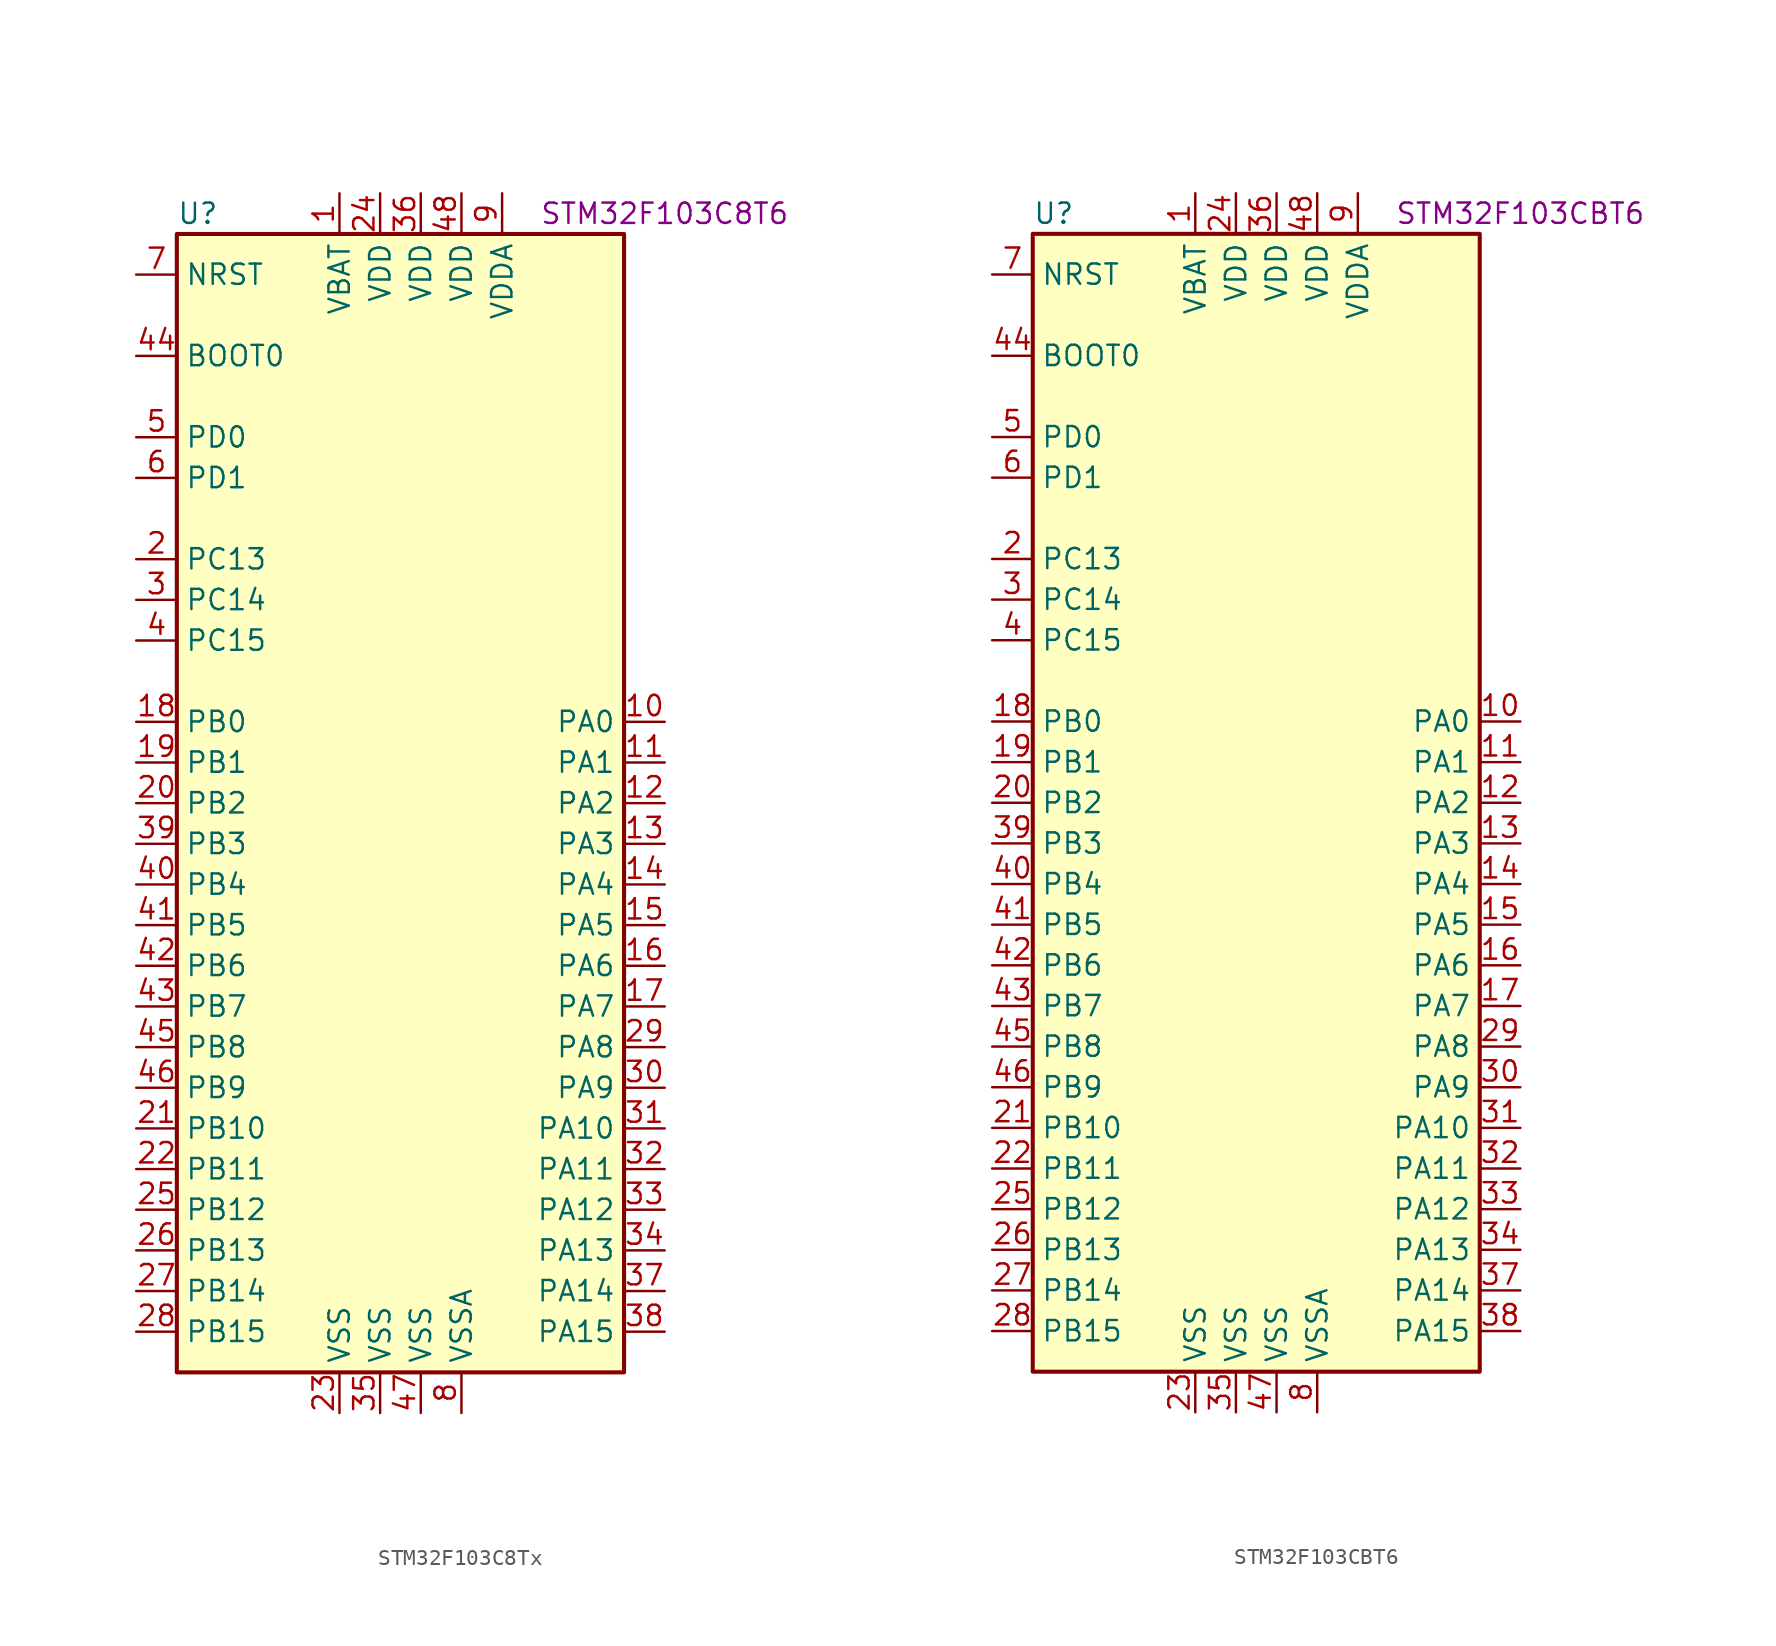
<source format=kicad_sym>
(kicad_symbol_lib
  (version 20231120)
  (generator "kicad_symbol_editor")
  (generator_version "8.0")
  (symbol "STM32F103C8Tx"
    (property "Reference" "U"
      (at -15.24 36.83 0)
      (effects (font (size 1.27 1.27)) (justify left)))
    (property "UserValue" "STM32F103C8T6"
      (at 15.24 36.83 0)
      (effects (font (size 1.27 1.27))))
    (symbol "STM32F103C8Tx_0_1"
      (rectangle (start -15.24 -35.56) (end 12.7 35.56) (stroke (width 0.254) (type default)) (fill (type background))))
    (symbol "STM32F103C8Tx_1_1"
      (pin power_in line (at -5.08 38.1 270) (length 2.54) (name "VBAT" (effects (font (size 1.27 1.27)))) (number "1" (effects (font (size 1.27 1.27)))))
      (pin bidirectional line (at 15.24 5.08 180) (length 2.54) (name "PA0" (effects (font (size 1.27 1.27)))) (number "10" (effects (font (size 1.27 1.27)))))
      (pin bidirectional line (at 15.24 2.54 180) (length 2.54) (name "PA1" (effects (font (size 1.27 1.27)))) (number "11" (effects (font (size 1.27 1.27)))))
      (pin bidirectional line (at 15.24 0 180) (length 2.54) (name "PA2" (effects (font (size 1.27 1.27)))) (number "12" (effects (font (size 1.27 1.27)))))
      (pin bidirectional line (at 15.24 -2.54 180) (length 2.54) (name "PA3" (effects (font (size 1.27 1.27)))) (number "13" (effects (font (size 1.27 1.27)))))
      (pin bidirectional line (at 15.24 -5.08 180) (length 2.54) (name "PA4" (effects (font (size 1.27 1.27)))) (number "14" (effects (font (size 1.27 1.27)))))
      (pin bidirectional line (at 15.24 -7.62 180) (length 2.54) (name "PA5" (effects (font (size 1.27 1.27)))) (number "15" (effects (font (size 1.27 1.27)))))
      (pin bidirectional line (at 15.24 -10.16 180) (length 2.54) (name "PA6" (effects (font (size 1.27 1.27)))) (number "16" (effects (font (size 1.27 1.27)))))
      (pin bidirectional line (at 15.24 -12.7 180) (length 2.54) (name "PA7" (effects (font (size 1.27 1.27)))) (number "17" (effects (font (size 1.27 1.27)))))
      (pin bidirectional line (at -17.78 5.08 0) (length 2.54) (name "PB0" (effects (font (size 1.27 1.27)))) (number "18" (effects (font (size 1.27 1.27)))))
      (pin bidirectional line (at -17.78 2.54 0) (length 2.54) (name "PB1" (effects (font (size 1.27 1.27)))) (number "19" (effects (font (size 1.27 1.27)))))
      (pin bidirectional line (at -17.78 15.24 0) (length 2.54) (name "PC13" (effects (font (size 1.27 1.27)))) (number "2" (effects (font (size 1.27 1.27)))))
      (pin bidirectional line (at -17.78 0 0) (length 2.54) (name "PB2" (effects (font (size 1.27 1.27)))) (number "20" (effects (font (size 1.27 1.27)))))
      (pin bidirectional line (at -17.78 -20.32 0) (length 2.54) (name "PB10" (effects (font (size 1.27 1.27)))) (number "21" (effects (font (size 1.27 1.27)))))
      (pin bidirectional line (at -17.78 -22.86 0) (length 2.54) (name "PB11" (effects (font (size 1.27 1.27)))) (number "22" (effects (font (size 1.27 1.27)))))
      (pin power_in line (at -5.08 -38.1 90) (length 2.54) (name "VSS" (effects (font (size 1.27 1.27)))) (number "23" (effects (font (size 1.27 1.27)))))
      (pin power_in line (at -2.54 38.1 270) (length 2.54) (name "VDD" (effects (font (size 1.27 1.27)))) (number "24" (effects (font (size 1.27 1.27)))))
      (pin bidirectional line (at -17.78 -25.4 0) (length 2.54) (name "PB12" (effects (font (size 1.27 1.27)))) (number "25" (effects (font (size 1.27 1.27)))))
      (pin bidirectional line (at -17.78 -27.94 0) (length 2.54) (name "PB13" (effects (font (size 1.27 1.27)))) (number "26" (effects (font (size 1.27 1.27)))))
      (pin bidirectional line (at -17.78 -30.48 0) (length 2.54) (name "PB14" (effects (font (size 1.27 1.27)))) (number "27" (effects (font (size 1.27 1.27)))))
      (pin bidirectional line (at -17.78 -33.02 0) (length 2.54) (name "PB15" (effects (font (size 1.27 1.27)))) (number "28" (effects (font (size 1.27 1.27)))))
      (pin bidirectional line (at 15.24 -15.24 180) (length 2.54) (name "PA8" (effects (font (size 1.27 1.27)))) (number "29" (effects (font (size 1.27 1.27)))))
      (pin bidirectional line (at -17.78 12.7 0) (length 2.54) (name "PC14" (effects (font (size 1.27 1.27)))) (number "3" (effects (font (size 1.27 1.27)))))
      (pin bidirectional line (at 15.24 -17.78 180) (length 2.54) (name "PA9" (effects (font (size 1.27 1.27)))) (number "30" (effects (font (size 1.27 1.27)))))
      (pin bidirectional line (at 15.24 -20.32 180) (length 2.54) (name "PA10" (effects (font (size 1.27 1.27)))) (number "31" (effects (font (size 1.27 1.27)))))
      (pin bidirectional line (at 15.24 -22.86 180) (length 2.54) (name "PA11" (effects (font (size 1.27 1.27)))) (number "32" (effects (font (size 1.27 1.27)))))
      (pin bidirectional line (at 15.24 -25.4 180) (length 2.54) (name "PA12" (effects (font (size 1.27 1.27)))) (number "33" (effects (font (size 1.27 1.27)))))
      (pin bidirectional line (at 15.24 -27.94 180) (length 2.54) (name "PA13" (effects (font (size 1.27 1.27)))) (number "34" (effects (font (size 1.27 1.27)))))
      (pin power_in line (at -2.54 -38.1 90) (length 2.54) (name "VSS" (effects (font (size 1.27 1.27)))) (number "35" (effects (font (size 1.27 1.27)))))
      (pin power_in line (at 0 38.1 270) (length 2.54) (name "VDD" (effects (font (size 1.27 1.27)))) (number "36" (effects (font (size 1.27 1.27)))))
      (pin bidirectional line (at 15.24 -30.48 180) (length 2.54) (name "PA14" (effects (font (size 1.27 1.27)))) (number "37" (effects (font (size 1.27 1.27)))))
      (pin bidirectional line (at 15.24 -33.02 180) (length 2.54) (name "PA15" (effects (font (size 1.27 1.27)))) (number "38" (effects (font (size 1.27 1.27)))))
      (pin bidirectional line (at -17.78 -2.54 0) (length 2.54) (name "PB3" (effects (font (size 1.27 1.27)))) (number "39" (effects (font (size 1.27 1.27)))))
      (pin bidirectional line (at -17.78 10.16 0) (length 2.54) (name "PC15" (effects (font (size 1.27 1.27)))) (number "4" (effects (font (size 1.27 1.27)))))
      (pin bidirectional line (at -17.78 -5.08 0) (length 2.54) (name "PB4" (effects (font (size 1.27 1.27)))) (number "40" (effects (font (size 1.27 1.27)))))
      (pin bidirectional line (at -17.78 -7.62 0) (length 2.54) (name "PB5" (effects (font (size 1.27 1.27)))) (number "41" (effects (font (size 1.27 1.27)))))
      (pin bidirectional line (at -17.78 -10.16 0) (length 2.54) (name "PB6" (effects (font (size 1.27 1.27)))) (number "42" (effects (font (size 1.27 1.27)))))
      (pin bidirectional line (at -17.78 -12.7 0) (length 2.54) (name "PB7" (effects (font (size 1.27 1.27)))) (number "43" (effects (font (size 1.27 1.27)))))
      (pin input line (at -17.78 27.94 0) (length 2.54) (name "BOOT0" (effects (font (size 1.27 1.27)))) (number "44" (effects (font (size 1.27 1.27)))))
      (pin bidirectional line (at -17.78 -15.24 0) (length 2.54) (name "PB8" (effects (font (size 1.27 1.27)))) (number "45" (effects (font (size 1.27 1.27)))))
      (pin bidirectional line (at -17.78 -17.78 0) (length 2.54) (name "PB9" (effects (font (size 1.27 1.27)))) (number "46" (effects (font (size 1.27 1.27)))))
      (pin power_in line (at 0 -38.1 90) (length 2.54) (name "VSS" (effects (font (size 1.27 1.27)))) (number "47" (effects (font (size 1.27 1.27)))))
      (pin power_in line (at 2.54 38.1 270) (length 2.54) (name "VDD" (effects (font (size 1.27 1.27)))) (number "48" (effects (font (size 1.27 1.27)))))
      (pin input line (at -17.78 22.86 0) (length 2.54) (name "PD0" (effects (font (size 1.27 1.27)))) (number "5" (effects (font (size 1.27 1.27)))))
      (pin input line (at -17.78 20.32 0) (length 2.54) (name "PD1" (effects (font (size 1.27 1.27)))) (number "6" (effects (font (size 1.27 1.27)))))
      (pin input line (at -17.78 33.02 0) (length 2.54) (name "NRST" (effects (font (size 1.27 1.27)))) (number "7" (effects (font (size 1.27 1.27)))))
      (pin power_in line (at 2.54 -38.1 90) (length 2.54) (name "VSSA" (effects (font (size 1.27 1.27)))) (number "8" (effects (font (size 1.27 1.27)))))
      (pin power_in line (at 5.08 38.1 270) (length 2.54) (name "VDDA" (effects (font (size 1.27 1.27)))) (number "9" (effects (font (size 1.27 1.27)))))))
  (symbol "STM32F103CBT6"
    (property "Reference" "U"
      (at -15.24 36.83 0)
      (effects (font (size 1.27 1.27)) (justify left)))
    (property "UserValue" "STM32F103CBT6"
      (at 15.24 36.83 0)
      (effects (font (size 1.27 1.27))))
    (symbol "STM32F103CBT6_0_1"
      (rectangle (start -15.24 -35.56) (end 12.7 35.56) (stroke (width 0.254) (type default)) (fill (type background))))
    (symbol "STM32F103CBT6_1_1"
      (pin power_in line (at -5.08 38.1 270) (length 2.54) (name "VBAT" (effects (font (size 1.27 1.27)))) (number "1" (effects (font (size 1.27 1.27)))))
      (pin bidirectional line (at 15.24 5.08 180) (length 2.54) (name "PA0" (effects (font (size 1.27 1.27)))) (number "10" (effects (font (size 1.27 1.27)))))
      (pin bidirectional line (at 15.24 2.54 180) (length 2.54) (name "PA1" (effects (font (size 1.27 1.27)))) (number "11" (effects (font (size 1.27 1.27)))))
      (pin bidirectional line (at 15.24 0 180) (length 2.54) (name "PA2" (effects (font (size 1.27 1.27)))) (number "12" (effects (font (size 1.27 1.27)))))
      (pin bidirectional line (at 15.24 -2.54 180) (length 2.54) (name "PA3" (effects (font (size 1.27 1.27)))) (number "13" (effects (font (size 1.27 1.27)))))
      (pin bidirectional line (at 15.24 -5.08 180) (length 2.54) (name "PA4" (effects (font (size 1.27 1.27)))) (number "14" (effects (font (size 1.27 1.27)))))
      (pin bidirectional line (at 15.24 -7.62 180) (length 2.54) (name "PA5" (effects (font (size 1.27 1.27)))) (number "15" (effects (font (size 1.27 1.27)))))
      (pin bidirectional line (at 15.24 -10.16 180) (length 2.54) (name "PA6" (effects (font (size 1.27 1.27)))) (number "16" (effects (font (size 1.27 1.27)))))
      (pin bidirectional line (at 15.24 -12.7 180) (length 2.54) (name "PA7" (effects (font (size 1.27 1.27)))) (number "17" (effects (font (size 1.27 1.27)))))
      (pin bidirectional line (at -17.78 5.08 0) (length 2.54) (name "PB0" (effects (font (size 1.27 1.27)))) (number "18" (effects (font (size 1.27 1.27)))))
      (pin bidirectional line (at -17.78 2.54 0) (length 2.54) (name "PB1" (effects (font (size 1.27 1.27)))) (number "19" (effects (font (size 1.27 1.27)))))
      (pin bidirectional line (at -17.78 15.24 0) (length 2.54) (name "PC13" (effects (font (size 1.27 1.27)))) (number "2" (effects (font (size 1.27 1.27)))))
      (pin bidirectional line (at -17.78 0 0) (length 2.54) (name "PB2" (effects (font (size 1.27 1.27)))) (number "20" (effects (font (size 1.27 1.27)))))
      (pin bidirectional line (at -17.78 -20.32 0) (length 2.54) (name "PB10" (effects (font (size 1.27 1.27)))) (number "21" (effects (font (size 1.27 1.27)))))
      (pin bidirectional line (at -17.78 -22.86 0) (length 2.54) (name "PB11" (effects (font (size 1.27 1.27)))) (number "22" (effects (font (size 1.27 1.27)))))
      (pin power_in line (at -5.08 -38.1 90) (length 2.54) (name "VSS" (effects (font (size 1.27 1.27)))) (number "23" (effects (font (size 1.27 1.27)))))
      (pin power_in line (at -2.54 38.1 270) (length 2.54) (name "VDD" (effects (font (size 1.27 1.27)))) (number "24" (effects (font (size 1.27 1.27)))))
      (pin bidirectional line (at -17.78 -25.4 0) (length 2.54) (name "PB12" (effects (font (size 1.27 1.27)))) (number "25" (effects (font (size 1.27 1.27)))))
      (pin bidirectional line (at -17.78 -27.94 0) (length 2.54) (name "PB13" (effects (font (size 1.27 1.27)))) (number "26" (effects (font (size 1.27 1.27)))))
      (pin bidirectional line (at -17.78 -30.48 0) (length 2.54) (name "PB14" (effects (font (size 1.27 1.27)))) (number "27" (effects (font (size 1.27 1.27)))))
      (pin bidirectional line (at -17.78 -33.02 0) (length 2.54) (name "PB15" (effects (font (size 1.27 1.27)))) (number "28" (effects (font (size 1.27 1.27)))))
      (pin bidirectional line (at 15.24 -15.24 180) (length 2.54) (name "PA8" (effects (font (size 1.27 1.27)))) (number "29" (effects (font (size 1.27 1.27)))))
      (pin bidirectional line (at -17.78 12.7 0) (length 2.54) (name "PC14" (effects (font (size 1.27 1.27)))) (number "3" (effects (font (size 1.27 1.27)))))
      (pin bidirectional line (at 15.24 -17.78 180) (length 2.54) (name "PA9" (effects (font (size 1.27 1.27)))) (number "30" (effects (font (size 1.27 1.27)))))
      (pin bidirectional line (at 15.24 -20.32 180) (length 2.54) (name "PA10" (effects (font (size 1.27 1.27)))) (number "31" (effects (font (size 1.27 1.27)))))
      (pin bidirectional line (at 15.24 -22.86 180) (length 2.54) (name "PA11" (effects (font (size 1.27 1.27)))) (number "32" (effects (font (size 1.27 1.27)))))
      (pin bidirectional line (at 15.24 -25.4 180) (length 2.54) (name "PA12" (effects (font (size 1.27 1.27)))) (number "33" (effects (font (size 1.27 1.27)))))
      (pin bidirectional line (at 15.24 -27.94 180) (length 2.54) (name "PA13" (effects (font (size 1.27 1.27)))) (number "34" (effects (font (size 1.27 1.27)))))
      (pin power_in line (at -2.54 -38.1 90) (length 2.54) (name "VSS" (effects (font (size 1.27 1.27)))) (number "35" (effects (font (size 1.27 1.27)))))
      (pin power_in line (at 0 38.1 270) (length 2.54) (name "VDD" (effects (font (size 1.27 1.27)))) (number "36" (effects (font (size 1.27 1.27)))))
      (pin bidirectional line (at 15.24 -30.48 180) (length 2.54) (name "PA14" (effects (font (size 1.27 1.27)))) (number "37" (effects (font (size 1.27 1.27)))))
      (pin bidirectional line (at 15.24 -33.02 180) (length 2.54) (name "PA15" (effects (font (size 1.27 1.27)))) (number "38" (effects (font (size 1.27 1.27)))))
      (pin bidirectional line (at -17.78 -2.54 0) (length 2.54) (name "PB3" (effects (font (size 1.27 1.27)))) (number "39" (effects (font (size 1.27 1.27)))))
      (pin bidirectional line (at -17.78 10.16 0) (length 2.54) (name "PC15" (effects (font (size 1.27 1.27)))) (number "4" (effects (font (size 1.27 1.27)))))
      (pin bidirectional line (at -17.78 -5.08 0) (length 2.54) (name "PB4" (effects (font (size 1.27 1.27)))) (number "40" (effects (font (size 1.27 1.27)))))
      (pin bidirectional line (at -17.78 -7.62 0) (length 2.54) (name "PB5" (effects (font (size 1.27 1.27)))) (number "41" (effects (font (size 1.27 1.27)))))
      (pin bidirectional line (at -17.78 -10.16 0) (length 2.54) (name "PB6" (effects (font (size 1.27 1.27)))) (number "42" (effects (font (size 1.27 1.27)))))
      (pin bidirectional line (at -17.78 -12.7 0) (length 2.54) (name "PB7" (effects (font (size 1.27 1.27)))) (number "43" (effects (font (size 1.27 1.27)))))
      (pin input line (at -17.78 27.94 0) (length 2.54) (name "BOOT0" (effects (font (size 1.27 1.27)))) (number "44" (effects (font (size 1.27 1.27)))))
      (pin bidirectional line (at -17.78 -15.24 0) (length 2.54) (name "PB8" (effects (font (size 1.27 1.27)))) (number "45" (effects (font (size 1.27 1.27)))))
      (pin bidirectional line (at -17.78 -17.78 0) (length 2.54) (name "PB9" (effects (font (size 1.27 1.27)))) (number "46" (effects (font (size 1.27 1.27)))))
      (pin power_in line (at 0 -38.1 90) (length 2.54) (name "VSS" (effects (font (size 1.27 1.27)))) (number "47" (effects (font (size 1.27 1.27)))))
      (pin power_in line (at 2.54 38.1 270) (length 2.54) (name "VDD" (effects (font (size 1.27 1.27)))) (number "48" (effects (font (size 1.27 1.27)))))
      (pin input line (at -17.78 22.86 0) (length 2.54) (name "PD0" (effects (font (size 1.27 1.27)))) (number "5" (effects (font (size 1.27 1.27)))))
      (pin input line (at -17.78 20.32 0) (length 2.54) (name "PD1" (effects (font (size 1.27 1.27)))) (number "6" (effects (font (size 1.27 1.27)))))
      (pin input line (at -17.78 33.02 0) (length 2.54) (name "NRST" (effects (font (size 1.27 1.27)))) (number "7" (effects (font (size 1.27 1.27)))))
      (pin power_in line (at 2.54 -38.1 90) (length 2.54) (name "VSSA" (effects (font (size 1.27 1.27)))) (number "8" (effects (font (size 1.27 1.27)))))
      (pin power_in line (at 5.08 38.1 270) (length 2.54) (name "VDDA" (effects (font (size 1.27 1.27)))) (number "9" (effects (font (size 1.27 1.27))))))))
</source>
